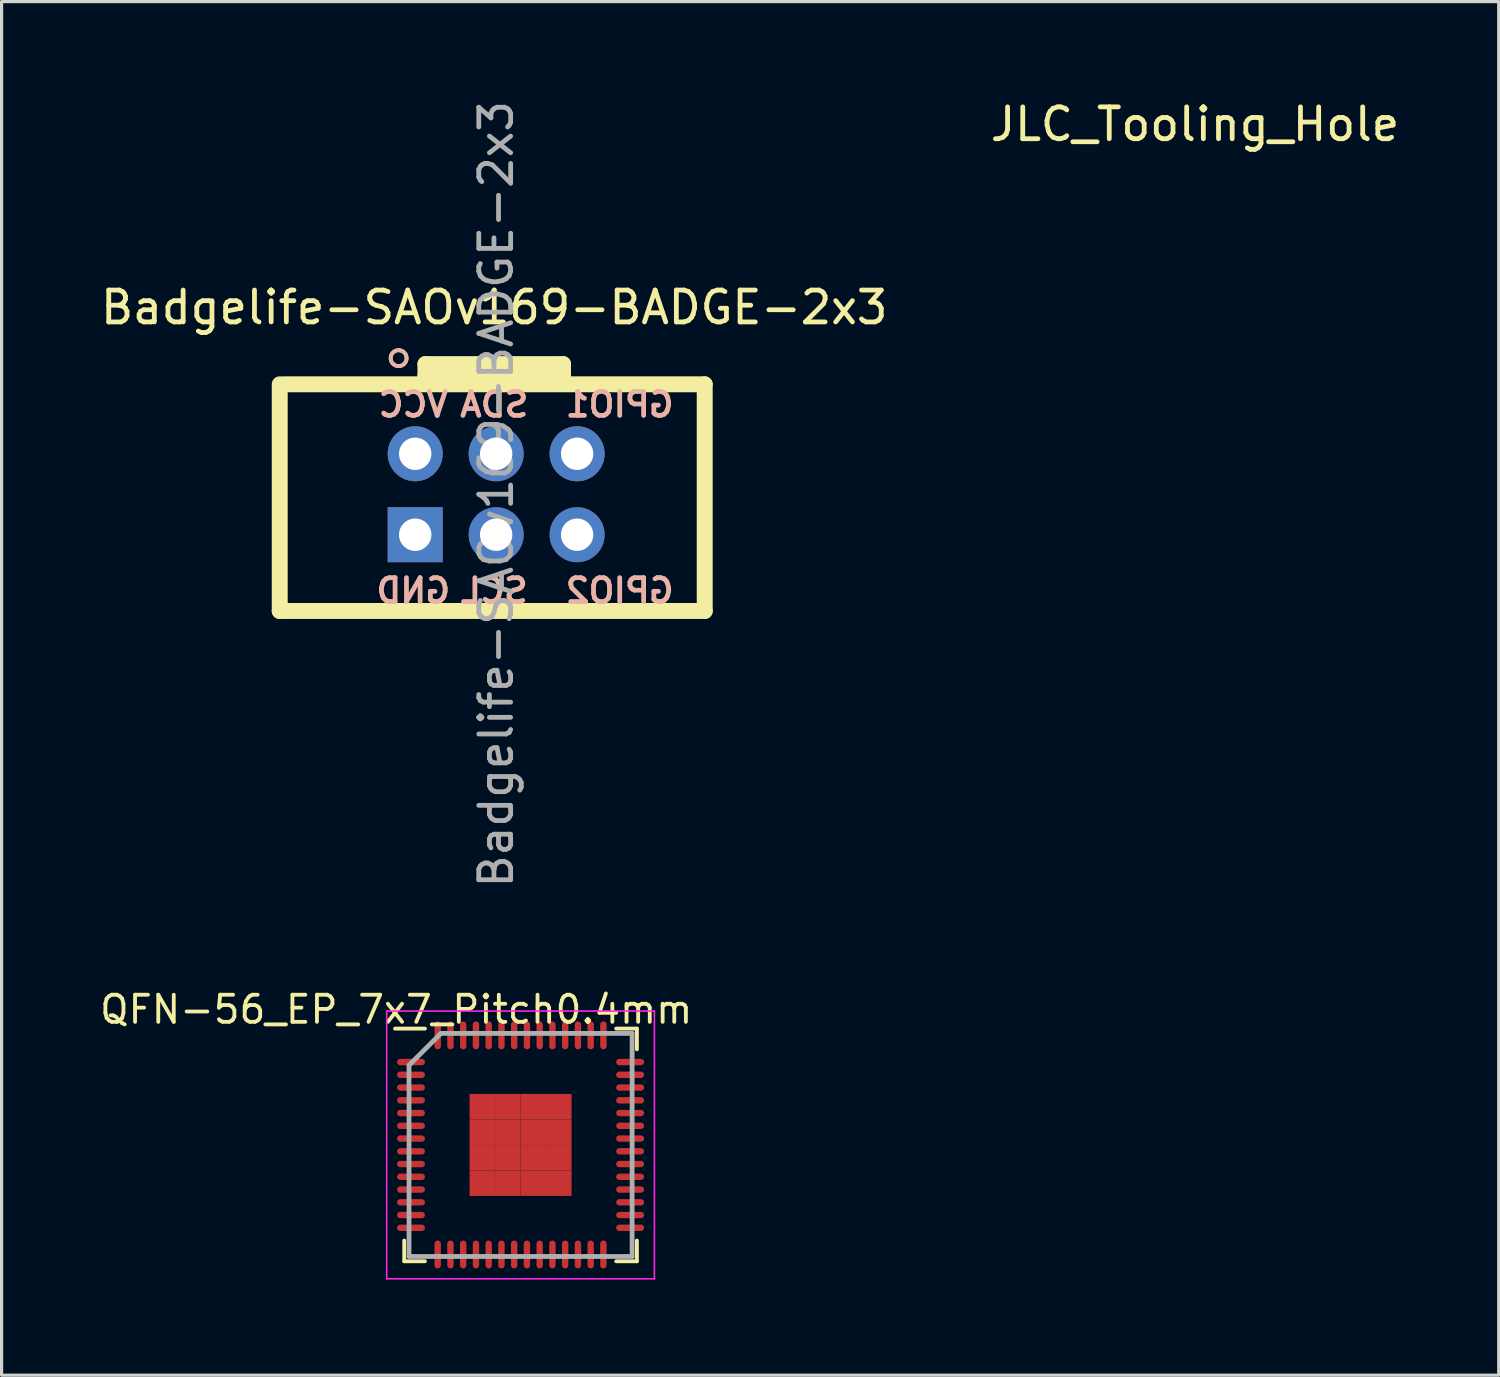
<source format=kicad_pcb>
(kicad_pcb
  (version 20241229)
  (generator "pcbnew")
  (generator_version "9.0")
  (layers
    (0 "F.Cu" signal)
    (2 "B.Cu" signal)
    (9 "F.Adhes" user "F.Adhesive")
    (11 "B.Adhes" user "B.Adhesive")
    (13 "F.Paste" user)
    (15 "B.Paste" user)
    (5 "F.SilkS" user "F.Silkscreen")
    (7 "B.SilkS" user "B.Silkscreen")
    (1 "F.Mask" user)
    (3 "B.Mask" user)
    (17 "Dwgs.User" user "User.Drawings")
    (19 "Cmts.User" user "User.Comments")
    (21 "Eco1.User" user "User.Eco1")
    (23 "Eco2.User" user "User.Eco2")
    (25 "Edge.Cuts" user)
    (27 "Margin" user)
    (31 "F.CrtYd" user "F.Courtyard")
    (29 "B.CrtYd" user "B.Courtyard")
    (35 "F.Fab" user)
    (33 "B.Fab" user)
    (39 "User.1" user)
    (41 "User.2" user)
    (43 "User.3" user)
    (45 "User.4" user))
  (footprint "JLC_Tooling_Hole"
    (layer "F.Cu")
    (at 34.446 1.348)
    (property "Reference" "JLC_Tooling_Hole" (at 0 -0.5 0) (unlocked yes) (layer "F.SilkS") (effects (font (size 1 1) (thickness 0.15))))
    (attr through_hole)
    (pad "" np_thru_hole circle (at 0 0) (size 0.001 0.001) (drill 1.152) (layers "*.Cu" "*.Mask")))
  (footprint "QFN-56_EP_7x7_Pitch0.4mm"
    (layer "F.Cu")
    (at 13.284 32.875)
    (property "Reference" "QFN-56_EP_7x7_Pitch0.4mm" (at -3.9 -4.25 0) (layer "F.SilkS") (effects (font (size 0.85 0.85) (thickness 0.12))))
    (attr smd)
    (fp_line (start -3.65 3.65) (end -3.65 3) (stroke (width 0.12) (type solid)) (layer "F.SilkS"))
    (fp_line (start -3 -3.65) (end -3.938 -3.65) (stroke (width 0.12) (type solid)) (layer "F.SilkS"))
    (fp_line (start -3 3.65) (end -3.65 3.65) (stroke (width 0.12) (type solid)) (layer "F.SilkS"))
    (fp_line (start 3 -3.65) (end 3.65 -3.65) (stroke (width 0.12) (type solid)) (layer "F.SilkS"))
    (fp_line (start 3 3.65) (end 3.65 3.65) (stroke (width 0.12) (type solid)) (layer "F.SilkS"))
    (fp_line (start 3.65 -3.65) (end 3.65 -3) (stroke (width 0.12) (type solid)) (layer "F.SilkS"))
    (fp_line (start 3.65 3.65) (end 3.65 3) (stroke (width 0.12) (type solid)) (layer "F.SilkS"))
    (fp_line (start -4.2 -4.2) (end 4.2 -4.2) (stroke (width 0.05) (type solid)) (layer "F.CrtYd"))
    (fp_line (start -4.2 4.2) (end -4.2 -4.2) (stroke (width 0.05) (type solid)) (layer "F.CrtYd"))
    (fp_line (start 4.2 -4.2) (end 4.2 4.2) (stroke (width 0.05) (type solid)) (layer "F.CrtYd"))
    (fp_line (start 4.2 4.2) (end -4.2 4.2) (stroke (width 0.05) (type solid)) (layer "F.CrtYd"))
    (fp_line (start -3.5 -2.5) (end -3.5 3.5) (stroke (width 0.15) (type solid)) (layer "F.Fab"))
    (fp_line (start -3.5 3.5) (end 3.5 3.5) (stroke (width 0.15) (type solid)) (layer "F.Fab"))
    (fp_line (start -2.5 -3.5) (end -3.5 -2.5) (stroke (width 0.15) (type solid)) (layer "F.Fab"))
    (fp_line (start 3.5 -3.5) (end -2.5 -3.5) (stroke (width 0.15) (type solid)) (layer "F.Fab"))
    (fp_line (start 3.5 3.5) (end 3.5 -3.5) (stroke (width 0.15) (type solid)) (layer "F.Fab"))
    (pad "" smd roundrect (at -0.7 -0.7) (size 1.13 1.13) (layers "F.Paste") (roundrect_rratio 0.221))
    (pad "" smd roundrect (at -0.7 0.7) (size 1.13 1.13) (layers "F.Paste") (roundrect_rratio 0.221))
    (pad "" smd roundrect (at 0.7 -0.7) (size 1.13 1.13) (layers "F.Paste") (roundrect_rratio 0.221))
    (pad "" smd roundrect (at 0.7 0.7) (size 1.13 1.13) (layers "F.Paste") (roundrect_rratio 0.221))
    (pad "1" smd oval (at -3.438 -2.6 90) (size 0.2 0.875) (layers "F.Cu" "F.Mask" "F.Paste"))
    (pad "2" smd oval (at -3.438 -2.2 90) (size 0.2 0.875) (layers "F.Cu" "F.Mask" "F.Paste"))
    (pad "3" smd oval (at -3.438 -1.8 90) (size 0.2 0.875) (layers "F.Cu" "F.Mask" "F.Paste"))
    (pad "4" smd oval (at -3.438 -1.4 90) (size 0.2 0.875) (layers "F.Cu" "F.Mask" "F.Paste"))
    (pad "5" smd oval (at -3.438 -1 90) (size 0.2 0.875) (layers "F.Cu" "F.Mask" "F.Paste"))
    (pad "6" smd oval (at -3.438 -0.6 90) (size 0.2 0.875) (layers "F.Cu" "F.Mask" "F.Paste"))
    (pad "7" smd oval (at -3.438 -0.2 90) (size 0.2 0.875) (layers "F.Cu" "F.Mask" "F.Paste"))
    (pad "8" smd oval (at -3.438 0.2 90) (size 0.2 0.875) (layers "F.Cu" "F.Mask" "F.Paste"))
    (pad "9" smd oval (at -3.438 0.6 90) (size 0.2 0.875) (layers "F.Cu" "F.Mask" "F.Paste"))
    (pad "10" smd oval (at -3.438 1 90) (size 0.2 0.875) (layers "F.Cu" "F.Mask" "F.Paste"))
    (pad "11" smd oval (at -3.438 1.4 90) (size 0.2 0.875) (layers "F.Cu" "F.Mask" "F.Paste"))
    (pad "12" smd oval (at -3.438 1.8 90) (size 0.2 0.875) (layers "F.Cu" "F.Mask" "F.Paste"))
    (pad "13" smd oval (at -3.438 2.2 90) (size 0.2 0.875) (layers "F.Cu" "F.Mask" "F.Paste"))
    (pad "14" smd oval (at -3.438 2.6 90) (size 0.2 0.875) (layers "F.Cu" "F.Mask" "F.Paste"))
    (pad "15" smd oval (at -2.6 3.438) (size 0.2 0.875) (layers "F.Cu" "F.Mask" "F.Paste"))
    (pad "16" smd oval (at -2.2 3.438) (size 0.2 0.875) (layers "F.Cu" "F.Mask" "F.Paste"))
    (pad "17" smd oval (at -1.8 3.438) (size 0.2 0.875) (layers "F.Cu" "F.Mask" "F.Paste"))
    (pad "18" smd oval (at -1.4 3.438) (size 0.2 0.875) (layers "F.Cu" "F.Mask" "F.Paste"))
    (pad "19" smd oval (at -1 3.438) (size 0.2 0.875) (layers "F.Cu" "F.Mask" "F.Paste"))
    (pad "20" smd oval (at -0.6 3.438) (size 0.2 0.875) (layers "F.Cu" "F.Mask" "F.Paste"))
    (pad "21" smd oval (at -0.2 3.438) (size 0.2 0.875) (layers "F.Cu" "F.Mask" "F.Paste"))
    (pad "22" smd oval (at 0.2 3.438) (size 0.2 0.875) (layers "F.Cu" "F.Mask" "F.Paste"))
    (pad "23" smd oval (at 0.6 3.438) (size 0.2 0.875) (layers "F.Cu" "F.Mask" "F.Paste"))
    (pad "24" smd oval (at 1 3.438) (size 0.2 0.875) (layers "F.Cu" "F.Mask" "F.Paste"))
    (pad "25" smd oval (at 1.4 3.438) (size 0.2 0.875) (layers "F.Cu" "F.Mask" "F.Paste"))
    (pad "26" smd oval (at 1.8 3.438) (size 0.2 0.875) (layers "F.Cu" "F.Mask" "F.Paste"))
    (pad "27" smd oval (at 2.2 3.438) (size 0.2 0.875) (layers "F.Cu" "F.Mask" "F.Paste"))
    (pad "28" smd oval (at 2.6 3.438) (size 0.2 0.875) (layers "F.Cu" "F.Mask" "F.Paste"))
    (pad "29" smd oval (at 3.438 2.6 90) (size 0.2 0.875) (layers "F.Cu" "F.Mask" "F.Paste"))
    (pad "30" smd oval (at 3.438 2.2 90) (size 0.2 0.875) (layers "F.Cu" "F.Mask" "F.Paste"))
    (pad "31" smd oval (at 3.438 1.8 90) (size 0.2 0.875) (layers "F.Cu" "F.Mask" "F.Paste"))
    (pad "32" smd oval (at 3.438 1.4 90) (size 0.2 0.875) (layers "F.Cu" "F.Mask" "F.Paste"))
    (pad "33" smd oval (at 3.438 1 90) (size 0.2 0.875) (layers "F.Cu" "F.Mask" "F.Paste"))
    (pad "34" smd oval (at 3.438 0.6 90) (size 0.2 0.875) (layers "F.Cu" "F.Mask" "F.Paste"))
    (pad "35" smd oval (at 3.438 0.2 90) (size 0.2 0.875) (layers "F.Cu" "F.Mask" "F.Paste"))
    (pad "36" smd oval (at 3.438 -0.2 90) (size 0.2 0.875) (layers "F.Cu" "F.Mask" "F.Paste"))
    (pad "37" smd oval (at 3.438 -0.6 90) (size 0.2 0.875) (layers "F.Cu" "F.Mask" "F.Paste"))
    (pad "38" smd oval (at 3.438 -1 90) (size 0.2 0.875) (layers "F.Cu" "F.Mask" "F.Paste"))
    (pad "39" smd oval (at 3.438 -1.4 90) (size 0.2 0.875) (layers "F.Cu" "F.Mask" "F.Paste"))
    (pad "40" smd oval (at 3.438 -1.8 90) (size 0.2 0.875) (layers "F.Cu" "F.Mask" "F.Paste"))
    (pad "41" smd oval (at 3.438 -2.2 90) (size 0.2 0.875) (layers "F.Cu" "F.Mask" "F.Paste"))
    (pad "42" smd oval (at 3.438 -2.6 90) (size 0.2 0.875) (layers "F.Cu" "F.Mask" "F.Paste"))
    (pad "43" smd oval (at 2.6 -3.438) (size 0.2 0.875) (layers "F.Cu" "F.Mask" "F.Paste"))
    (pad "44" smd oval (at 2.2 -3.438) (size 0.2 0.875) (layers "F.Cu" "F.Mask" "F.Paste"))
    (pad "45" smd oval (at 1.8 -3.438) (size 0.2 0.875) (layers "F.Cu" "F.Mask" "F.Paste"))
    (pad "46" smd oval (at 1.4 -3.438) (size 0.2 0.875) (layers "F.Cu" "F.Mask" "F.Paste"))
    (pad "47" smd oval (at 1 -3.438) (size 0.2 0.875) (layers "F.Cu" "F.Mask" "F.Paste"))
    (pad "48" smd oval (at 0.6 -3.438) (size 0.2 0.875) (layers "F.Cu" "F.Mask" "F.Paste"))
    (pad "49" smd oval (at 0.2 -3.438) (size 0.2 0.875) (layers "F.Cu" "F.Mask" "F.Paste"))
    (pad "50" smd oval (at -0.2 -3.438) (size 0.2 0.875) (layers "F.Cu" "F.Mask" "F.Paste"))
    (pad "51" smd oval (at -0.6 -3.438) (size 0.2 0.875) (layers "F.Cu" "F.Mask" "F.Paste"))
    (pad "52" smd oval (at -1 -3.438) (size 0.2 0.875) (layers "F.Cu" "F.Mask" "F.Paste"))
    (pad "53" smd oval (at -1.4 -3.438) (size 0.2 0.875) (layers "F.Cu" "F.Mask" "F.Paste"))
    (pad "54" smd oval (at -1.8 -3.438) (size 0.2 0.875) (layers "F.Cu" "F.Mask" "F.Paste"))
    (pad "55" smd oval (at -2.2 -3.438) (size 0.2 0.875) (layers "F.Cu" "F.Mask" "F.Paste"))
    (pad "56" smd oval (at -2.6 -3.438) (size 0.2 0.875) (layers "F.Cu" "F.Mask" "F.Paste"))
    (pad "57" smd rect (at -1.2 -1.2) (size 0.8 0.8) (layers "F.Cu" "F.Mask" "F.Paste"))
    (pad "57" smd rect (at -1.2 -0.4) (size 0.8 0.8) (layers "F.Cu" "F.Mask" "F.Paste"))
    (pad "57" smd rect (at -1.2 0.4) (size 0.8 0.8) (layers "F.Cu" "F.Mask" "F.Paste"))
    (pad "57" smd rect (at -1.2 1.2) (size 0.8 0.8) (layers "F.Cu" "F.Mask" "F.Paste"))
    (pad "57" smd rect (at -0.4 -1.2) (size 0.8 0.8) (layers "F.Cu" "F.Mask" "F.Paste"))
    (pad "57" smd rect (at -0.4 -0.4) (size 0.8 0.8) (layers "F.Cu" "F.Mask" "F.Paste"))
    (pad "57" smd rect (at -0.4 0.4) (size 0.8 0.8) (layers "F.Cu" "F.Mask" "F.Paste"))
    (pad "57" smd rect (at -0.4 1.2) (size 0.8 0.8) (layers "F.Cu" "F.Mask" "F.Paste"))
    (pad "57" smd rect (at 0.4 -1.2) (size 0.8 0.8) (layers "F.Cu" "F.Mask" "F.Paste"))
    (pad "57" smd rect (at 0.4 -0.4) (size 0.8 0.8) (layers "F.Cu" "F.Mask" "F.Paste"))
    (pad "57" smd rect (at 0.4 0.4) (size 0.8 0.8) (layers "F.Cu" "F.Mask" "F.Paste"))
    (pad "57" smd rect (at 0.4 1.2) (size 0.8 0.8) (layers "F.Cu" "F.Mask" "F.Paste"))
    (pad "57" smd rect (at 1.2 -1.2) (size 0.8 0.8) (layers "F.Cu" "F.Mask" "F.Paste"))
    (pad "57" smd rect (at 1.2 -0.4) (size 0.8 0.8) (layers "F.Cu" "F.Mask" "F.Paste"))
    (pad "57" smd rect (at 1.2 0.4) (size 0.8 0.8) (layers "F.Cu" "F.Mask" "F.Paste"))
    (pad "57" smd rect (at 1.2 1.2) (size 0.8 0.8) (layers "F.Cu" "F.Mask" "F.Paste")))
  (footprint "Badgelife-SAOv169-BADGE-2x3"
    (layer "F.Cu")
    (at 12.458 12.438)
    (property "Reference" "Badgelife-SAOv169-BADGE-2x3" (at 0 -5.842 0) (layer "F.SilkS") (effects (font (size 1 1) (thickness 0.15))))
    (attr through_hole)
    (fp_line (start -6.731 3.683) (end -6.731 -3.429) (stroke (width 0.5) (type solid)) (layer "F.SilkS"))
    (fp_line (start -6.604 -3.429) (end 6.604 -3.429) (stroke (width 0.5) (type solid)) (layer "F.SilkS"))
    (fp_line (start -2.159 -4.064) (end 2.159 -4.064) (stroke (width 0.5) (type solid)) (layer "F.SilkS"))
    (fp_line (start -2.159 -3.556) (end -2.159 -4.064) (stroke (width 0.5) (type solid)) (layer "F.SilkS"))
    (fp_line (start 2.159 -4.064) (end 2.159 -3.556) (stroke (width 0.5) (type solid)) (layer "F.SilkS"))
    (fp_line (start 2.159 -3.683) (end -2.159 -3.683) (stroke (width 0.5) (type solid)) (layer "F.SilkS"))
    (fp_line (start 6.604 -3.429) (end 6.604 3.683) (stroke (width 0.5) (type solid)) (layer "F.SilkS"))
    (fp_line (start 6.604 3.683) (end -6.731 3.683) (stroke (width 0.5) (type solid)) (layer "F.SilkS"))
    (fp_circle (center -3 -4.25) (end -2.75 -4.25) (stroke (width 0.12) (type solid)) (fill no) (layer "F.SilkS"))
    (fp_circle (center -3 -4.25) (end -2.75 -4.25) (stroke (width 0.12) (type solid)) (fill no) (layer "B.SilkS"))
    (fp_text user "SDA" (at 0 -2.794 0) (layer "B.SilkS") (effects (font (size 0.75 0.75) (thickness 0.15)) (justify mirror)))
    (fp_text user "GPIO1" (at 3.937 -2.794 0) (layer "B.SilkS") (effects (font (size 0.75 0.75) (thickness 0.15)) (justify mirror)))
    (fp_text user "GND" (at -2.54 3.048 0) (layer "B.SilkS") (effects (font (size 0.75 0.75) (thickness 0.15)) (justify mirror)))
    (fp_text user "SCL" (at 0 3.048 0) (layer "B.SilkS") (effects (font (size 0.75 0.75) (thickness 0.15)) (justify mirror)))
    (fp_text user "GPIO2" (at 3.937 3.048 0) (layer "B.SilkS") (effects (font (size 0.75 0.75) (thickness 0.15)) (justify mirror)))
    (fp_text user "VCC" (at -2.54 -2.794 0) (layer "B.SilkS") (effects (font (size 0.75 0.75) (thickness 0.15)) (justify mirror)))
    (fp_text user "${REFERENCE}" (at 0.06 0.02 270) (layer "F.Fab") (effects (font (size 1 1) (thickness 0.15))))
    (pad "1" thru_hole oval (at -2.48 -1.25 270) (size 1.727 1.727) (drill 1.016) (layers "*.Cu" "*.Mask"))
    (pad "2" thru_hole rect (at -2.48 1.29 270) (size 1.727 1.727) (drill 1.016) (layers "*.Cu" "*.Mask"))
    (pad "3" thru_hole oval (at 0.06 -1.25 270) (size 1.727 1.727) (drill 1.016) (layers "*.Cu" "*.Mask"))
    (pad "4" thru_hole oval (at 0.06 1.29 270) (size 1.727 1.727) (drill 1.016) (layers "*.Cu" "*.Mask"))
    (pad "5" thru_hole circle (at 2.6 -1.25 270) (size 1.727 1.727) (drill 1.016) (layers "*.Cu" "*.Mask"))
    (pad "6" thru_hole circle (at 2.6 1.29 270) (size 1.727 1.727) (drill 1.016) (layers "*.Cu" "*.Mask")))
  (gr_rect
    (start -3 -3)
    (end 43.976 40.1)
    (stroke (width 0.1) (type default))
    (fill no)
    (layer "Edge.Cuts")))
</source>
